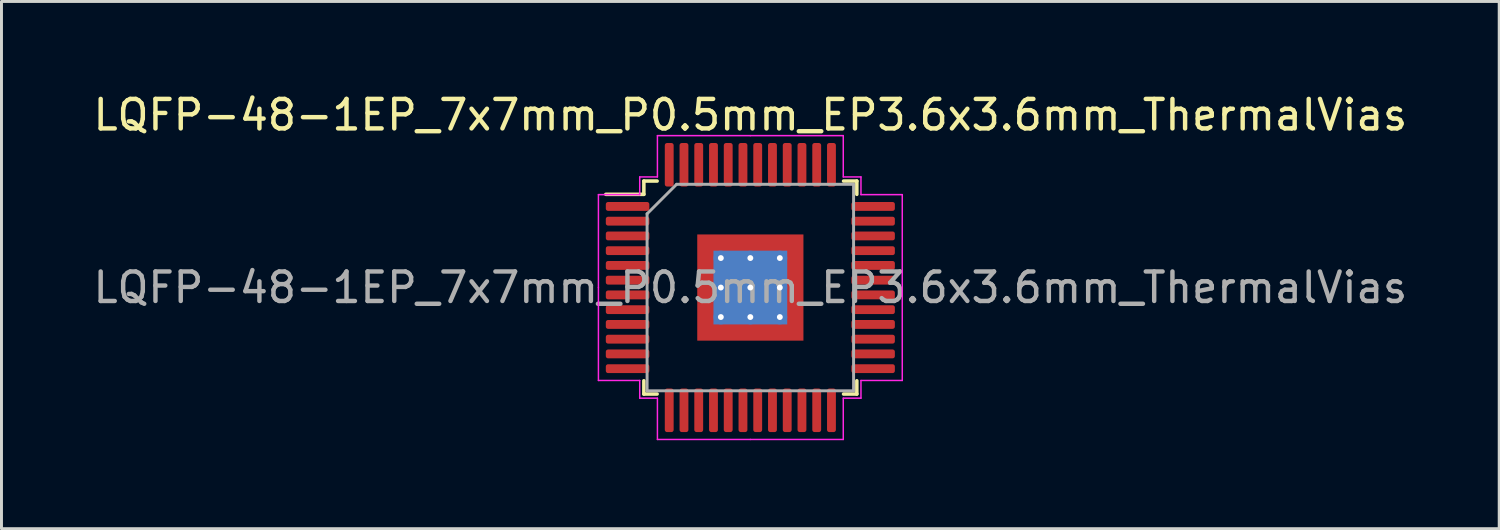
<source format=kicad_pcb>
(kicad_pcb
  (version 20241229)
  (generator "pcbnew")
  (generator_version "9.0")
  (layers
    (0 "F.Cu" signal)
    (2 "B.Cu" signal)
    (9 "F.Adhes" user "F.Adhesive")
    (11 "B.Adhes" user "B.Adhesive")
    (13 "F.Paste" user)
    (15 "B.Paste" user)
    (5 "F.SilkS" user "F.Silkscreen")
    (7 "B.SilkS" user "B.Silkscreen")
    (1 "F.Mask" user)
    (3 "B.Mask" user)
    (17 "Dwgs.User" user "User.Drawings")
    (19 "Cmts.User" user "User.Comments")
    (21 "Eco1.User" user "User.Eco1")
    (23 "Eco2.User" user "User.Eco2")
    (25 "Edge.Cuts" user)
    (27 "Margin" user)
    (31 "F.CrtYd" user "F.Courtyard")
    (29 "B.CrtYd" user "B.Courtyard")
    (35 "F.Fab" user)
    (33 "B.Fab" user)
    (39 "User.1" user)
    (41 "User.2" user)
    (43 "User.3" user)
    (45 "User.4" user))
  (footprint "LQFP-48-1EP_7x7mm_P0.5mm_EP3.6x3.6mm_ThermalVias"
    (layer "F.Cu")
    (at 22.387 6.698)
    (property "Reference" "LQFP-48-1EP_7x7mm_P0.5mm_EP3.6x3.6mm_ThermalVias" (at 0 -5.85 0) (layer "F.SilkS") (effects (font (size 1 1) (thickness 0.15))))
    (attr smd)
    (fp_line (start -3.61 -3.61) (end -3.61 -3.16) (stroke (width 0.12) (type solid)) (layer "F.SilkS"))
    (fp_line (start -3.61 -3.16) (end -4.9 -3.16) (stroke (width 0.12) (type solid)) (layer "F.SilkS"))
    (fp_line (start -3.61 3.61) (end -3.61 3.16) (stroke (width 0.12) (type solid)) (layer "F.SilkS"))
    (fp_line (start -3.16 -3.61) (end -3.61 -3.61) (stroke (width 0.12) (type solid)) (layer "F.SilkS"))
    (fp_line (start -3.16 3.61) (end -3.61 3.61) (stroke (width 0.12) (type solid)) (layer "F.SilkS"))
    (fp_line (start 3.16 -3.61) (end 3.61 -3.61) (stroke (width 0.12) (type solid)) (layer "F.SilkS"))
    (fp_line (start 3.16 3.61) (end 3.61 3.61) (stroke (width 0.12) (type solid)) (layer "F.SilkS"))
    (fp_line (start 3.61 -3.61) (end 3.61 -3.16) (stroke (width 0.12) (type solid)) (layer "F.SilkS"))
    (fp_line (start 3.61 3.61) (end 3.61 3.16) (stroke (width 0.12) (type solid)) (layer "F.SilkS"))
    (fp_line (start -5.15 -3.15) (end -5.15 0) (stroke (width 0.05) (type solid)) (layer "F.CrtYd"))
    (fp_line (start -5.15 3.15) (end -5.15 0) (stroke (width 0.05) (type solid)) (layer "F.CrtYd"))
    (fp_line (start -3.75 -3.75) (end -3.75 -3.15) (stroke (width 0.05) (type solid)) (layer "F.CrtYd"))
    (fp_line (start -3.75 -3.15) (end -5.15 -3.15) (stroke (width 0.05) (type solid)) (layer "F.CrtYd"))
    (fp_line (start -3.75 3.15) (end -5.15 3.15) (stroke (width 0.05) (type solid)) (layer "F.CrtYd"))
    (fp_line (start -3.75 3.75) (end -3.75 3.15) (stroke (width 0.05) (type solid)) (layer "F.CrtYd"))
    (fp_line (start -3.15 -5.15) (end -3.15 -3.75) (stroke (width 0.05) (type solid)) (layer "F.CrtYd"))
    (fp_line (start -3.15 -3.75) (end -3.75 -3.75) (stroke (width 0.05) (type solid)) (layer "F.CrtYd"))
    (fp_line (start -3.15 3.75) (end -3.75 3.75) (stroke (width 0.05) (type solid)) (layer "F.CrtYd"))
    (fp_line (start -3.15 5.15) (end -3.15 3.75) (stroke (width 0.05) (type solid)) (layer "F.CrtYd"))
    (fp_line (start 0 -5.15) (end -3.15 -5.15) (stroke (width 0.05) (type solid)) (layer "F.CrtYd"))
    (fp_line (start 0 -5.15) (end 3.15 -5.15) (stroke (width 0.05) (type solid)) (layer "F.CrtYd"))
    (fp_line (start 0 5.15) (end -3.15 5.15) (stroke (width 0.05) (type solid)) (layer "F.CrtYd"))
    (fp_line (start 0 5.15) (end 3.15 5.15) (stroke (width 0.05) (type solid)) (layer "F.CrtYd"))
    (fp_line (start 3.15 -5.15) (end 3.15 -3.75) (stroke (width 0.05) (type solid)) (layer "F.CrtYd"))
    (fp_line (start 3.15 -3.75) (end 3.75 -3.75) (stroke (width 0.05) (type solid)) (layer "F.CrtYd"))
    (fp_line (start 3.15 3.75) (end 3.75 3.75) (stroke (width 0.05) (type solid)) (layer "F.CrtYd"))
    (fp_line (start 3.15 5.15) (end 3.15 3.75) (stroke (width 0.05) (type solid)) (layer "F.CrtYd"))
    (fp_line (start 3.75 -3.75) (end 3.75 -3.15) (stroke (width 0.05) (type solid)) (layer "F.CrtYd"))
    (fp_line (start 3.75 -3.15) (end 5.15 -3.15) (stroke (width 0.05) (type solid)) (layer "F.CrtYd"))
    (fp_line (start 3.75 3.15) (end 5.15 3.15) (stroke (width 0.05) (type solid)) (layer "F.CrtYd"))
    (fp_line (start 3.75 3.75) (end 3.75 3.15) (stroke (width 0.05) (type solid)) (layer "F.CrtYd"))
    (fp_line (start 5.15 -3.15) (end 5.15 0) (stroke (width 0.05) (type solid)) (layer "F.CrtYd"))
    (fp_line (start 5.15 3.15) (end 5.15 0) (stroke (width 0.05) (type solid)) (layer "F.CrtYd"))
    (fp_line (start -3.5 -2.5) (end -2.5 -3.5) (stroke (width 0.1) (type solid)) (layer "F.Fab"))
    (fp_line (start -3.5 3.5) (end -3.5 -2.5) (stroke (width 0.1) (type solid)) (layer "F.Fab"))
    (fp_line (start -2.5 -3.5) (end 3.5 -3.5) (stroke (width 0.1) (type solid)) (layer "F.Fab"))
    (fp_line (start 3.5 -3.5) (end 3.5 3.5) (stroke (width 0.1) (type solid)) (layer "F.Fab"))
    (fp_line (start 3.5 3.5) (end -3.5 3.5) (stroke (width 0.1) (type solid)) (layer "F.Fab"))
    (fp_text user "${REFERENCE}" (at 0 0 0) (layer "F.Fab") (effects (font (size 1 1) (thickness 0.15))))
    (pad "" smd custom (at -1.4 -1.4) (size 0.555 0.555) (layers "F.Paste") (options (anchor circle)) (primitives (gr_poly (pts (xy 0.232 0.157) (xy 0.157 0.232) (xy -0.232 0.232) (xy -0.232 -0.232) (xy 0.232 -0.232)) (width 0.181) (fill yes))))
    (pad "" smd custom (at -1.4 -0.5) (size 0.568 0.568) (layers "F.Paste") (options (anchor circle)) (primitives (gr_poly (pts (xy 0.246 -0.263) (xy 0.246 0.263) (xy 0.182 0.326) (xy -0.246 0.326) (xy -0.246 -0.326) (xy 0.182 -0.326)) (width 0.153) (fill yes))))
    (pad "" smd custom (at -1.4 0.5) (size 0.568 0.568) (layers "F.Paste") (options (anchor circle)) (primitives (gr_poly (pts (xy 0.246 -0.263) (xy 0.246 0.263) (xy 0.182 0.326) (xy -0.246 0.326) (xy -0.246 -0.326) (xy 0.182 -0.326)) (width 0.153) (fill yes))))
    (pad "" smd custom (at -1.4 1.4) (size 0.555 0.555) (layers "F.Paste") (options (anchor circle)) (primitives (gr_poly (pts (xy 0.232 -0.157) (xy 0.232 0.232) (xy -0.232 0.232) (xy -0.232 -0.232) (xy 0.157 -0.232)) (width 0.181) (fill yes))))
    (pad "" smd custom (at -0.5 -1.4) (size 0.568 0.568) (layers "F.Paste") (options (anchor circle)) (primitives (gr_poly (pts (xy 0.326 0.182) (xy 0.263 0.246) (xy -0.263 0.246) (xy -0.326 0.182) (xy -0.326 -0.246) (xy 0.326 -0.246)) (width 0.153) (fill yes))))
    (pad "" smd roundrect (at -0.5 -0.5) (size 0.806 0.806) (layers "F.Paste") (roundrect_rratio 0.25))
    (pad "" smd roundrect (at -0.5 0.5) (size 0.806 0.806) (layers "F.Paste") (roundrect_rratio 0.25))
    (pad "" smd custom (at -0.5 1.4) (size 0.568 0.568) (layers "F.Paste") (options (anchor circle)) (primitives (gr_poly (pts (xy 0.326 -0.182) (xy 0.326 0.246) (xy -0.326 0.246) (xy -0.326 -0.182) (xy -0.263 -0.246) (xy 0.263 -0.246)) (width 0.153) (fill yes))))
    (pad "" smd custom (at 0.5 -1.4) (size 0.568 0.568) (layers "F.Paste") (options (anchor circle)) (primitives (gr_poly (pts (xy 0.326 0.182) (xy 0.263 0.246) (xy -0.263 0.246) (xy -0.326 0.182) (xy -0.326 -0.246) (xy 0.326 -0.246)) (width 0.153) (fill yes))))
    (pad "" smd roundrect (at 0.5 -0.5) (size 0.806 0.806) (layers "F.Paste") (roundrect_rratio 0.25))
    (pad "" smd roundrect (at 0.5 0.5) (size 0.806 0.806) (layers "F.Paste") (roundrect_rratio 0.25))
    (pad "" smd custom (at 0.5 1.4) (size 0.568 0.568) (layers "F.Paste") (options (anchor circle)) (primitives (gr_poly (pts (xy 0.326 -0.182) (xy 0.326 0.246) (xy -0.326 0.246) (xy -0.326 -0.182) (xy -0.263 -0.246) (xy 0.263 -0.246)) (width 0.153) (fill yes))))
    (pad "" smd custom (at 1.4 -1.4) (size 0.555 0.555) (layers "F.Paste") (options (anchor circle)) (primitives (gr_poly (pts (xy 0.232 0.232) (xy -0.157 0.232) (xy -0.232 0.157) (xy -0.232 -0.232) (xy 0.232 -0.232)) (width 0.181) (fill yes))))
    (pad "" smd custom (at 1.4 -0.5) (size 0.568 0.568) (layers "F.Paste") (options (anchor circle)) (primitives (gr_poly (pts (xy 0.246 0.326) (xy -0.182 0.326) (xy -0.246 0.263) (xy -0.246 -0.263) (xy -0.182 -0.326) (xy 0.246 -0.326)) (width 0.153) (fill yes))))
    (pad "" smd custom (at 1.4 0.5) (size 0.568 0.568) (layers "F.Paste") (options (anchor circle)) (primitives (gr_poly (pts (xy 0.246 0.326) (xy -0.182 0.326) (xy -0.246 0.263) (xy -0.246 -0.263) (xy -0.182 -0.326) (xy 0.246 -0.326)) (width 0.153) (fill yes))))
    (pad "" smd custom (at 1.4 1.4) (size 0.555 0.555) (layers "F.Paste") (options (anchor circle)) (primitives (gr_poly (pts (xy 0.232 0.232) (xy -0.232 0.232) (xy -0.232 -0.157) (xy -0.157 -0.232) (xy 0.232 -0.232)) (width 0.181) (fill yes))))
    (pad "1" smd roundrect (at -4.162 -2.75) (size 1.475 0.3) (layers "F.Cu" "F.Mask" "F.Paste") (roundrect_rratio 0.25))
    (pad "2" smd roundrect (at -4.162 -2.25) (size 1.475 0.3) (layers "F.Cu" "F.Mask" "F.Paste") (roundrect_rratio 0.25))
    (pad "3" smd roundrect (at -4.162 -1.75) (size 1.475 0.3) (layers "F.Cu" "F.Mask" "F.Paste") (roundrect_rratio 0.25))
    (pad "4" smd roundrect (at -4.162 -1.25) (size 1.475 0.3) (layers "F.Cu" "F.Mask" "F.Paste") (roundrect_rratio 0.25))
    (pad "5" smd roundrect (at -4.162 -0.75) (size 1.475 0.3) (layers "F.Cu" "F.Mask" "F.Paste") (roundrect_rratio 0.25))
    (pad "6" smd roundrect (at -4.162 -0.25) (size 1.475 0.3) (layers "F.Cu" "F.Mask" "F.Paste") (roundrect_rratio 0.25))
    (pad "7" smd roundrect (at -4.162 0.25) (size 1.475 0.3) (layers "F.Cu" "F.Mask" "F.Paste") (roundrect_rratio 0.25))
    (pad "8" smd roundrect (at -4.162 0.75) (size 1.475 0.3) (layers "F.Cu" "F.Mask" "F.Paste") (roundrect_rratio 0.25))
    (pad "9" smd roundrect (at -4.162 1.25) (size 1.475 0.3) (layers "F.Cu" "F.Mask" "F.Paste") (roundrect_rratio 0.25))
    (pad "10" smd roundrect (at -4.162 1.75) (size 1.475 0.3) (layers "F.Cu" "F.Mask" "F.Paste") (roundrect_rratio 0.25))
    (pad "11" smd roundrect (at -4.162 2.25) (size 1.475 0.3) (layers "F.Cu" "F.Mask" "F.Paste") (roundrect_rratio 0.25))
    (pad "12" smd roundrect (at -4.162 2.75) (size 1.475 0.3) (layers "F.Cu" "F.Mask" "F.Paste") (roundrect_rratio 0.25))
    (pad "13" smd roundrect (at -2.75 4.162) (size 0.3 1.475) (layers "F.Cu" "F.Mask" "F.Paste") (roundrect_rratio 0.25))
    (pad "14" smd roundrect (at -2.25 4.162) (size 0.3 1.475) (layers "F.Cu" "F.Mask" "F.Paste") (roundrect_rratio 0.25))
    (pad "15" smd roundrect (at -1.75 4.162) (size 0.3 1.475) (layers "F.Cu" "F.Mask" "F.Paste") (roundrect_rratio 0.25))
    (pad "16" smd roundrect (at -1.25 4.162) (size 0.3 1.475) (layers "F.Cu" "F.Mask" "F.Paste") (roundrect_rratio 0.25))
    (pad "17" smd roundrect (at -0.75 4.162) (size 0.3 1.475) (layers "F.Cu" "F.Mask" "F.Paste") (roundrect_rratio 0.25))
    (pad "18" smd roundrect (at -0.25 4.162) (size 0.3 1.475) (layers "F.Cu" "F.Mask" "F.Paste") (roundrect_rratio 0.25))
    (pad "19" smd roundrect (at 0.25 4.162) (size 0.3 1.475) (layers "F.Cu" "F.Mask" "F.Paste") (roundrect_rratio 0.25))
    (pad "20" smd roundrect (at 0.75 4.162) (size 0.3 1.475) (layers "F.Cu" "F.Mask" "F.Paste") (roundrect_rratio 0.25))
    (pad "21" smd roundrect (at 1.25 4.162) (size 0.3 1.475) (layers "F.Cu" "F.Mask" "F.Paste") (roundrect_rratio 0.25))
    (pad "22" smd roundrect (at 1.75 4.162) (size 0.3 1.475) (layers "F.Cu" "F.Mask" "F.Paste") (roundrect_rratio 0.25))
    (pad "23" smd roundrect (at 2.25 4.162) (size 0.3 1.475) (layers "F.Cu" "F.Mask" "F.Paste") (roundrect_rratio 0.25))
    (pad "24" smd roundrect (at 2.75 4.162) (size 0.3 1.475) (layers "F.Cu" "F.Mask" "F.Paste") (roundrect_rratio 0.25))
    (pad "25" smd roundrect (at 4.162 2.75) (size 1.475 0.3) (layers "F.Cu" "F.Mask" "F.Paste") (roundrect_rratio 0.25))
    (pad "26" smd roundrect (at 4.162 2.25) (size 1.475 0.3) (layers "F.Cu" "F.Mask" "F.Paste") (roundrect_rratio 0.25))
    (pad "27" smd roundrect (at 4.162 1.75) (size 1.475 0.3) (layers "F.Cu" "F.Mask" "F.Paste") (roundrect_rratio 0.25))
    (pad "28" smd roundrect (at 4.162 1.25) (size 1.475 0.3) (layers "F.Cu" "F.Mask" "F.Paste") (roundrect_rratio 0.25))
    (pad "29" smd roundrect (at 4.162 0.75) (size 1.475 0.3) (layers "F.Cu" "F.Mask" "F.Paste") (roundrect_rratio 0.25))
    (pad "30" smd roundrect (at 4.162 0.25) (size 1.475 0.3) (layers "F.Cu" "F.Mask" "F.Paste") (roundrect_rratio 0.25))
    (pad "31" smd roundrect (at 4.162 -0.25) (size 1.475 0.3) (layers "F.Cu" "F.Mask" "F.Paste") (roundrect_rratio 0.25))
    (pad "32" smd roundrect (at 4.162 -0.75) (size 1.475 0.3) (layers "F.Cu" "F.Mask" "F.Paste") (roundrect_rratio 0.25))
    (pad "33" smd roundrect (at 4.162 -1.25) (size 1.475 0.3) (layers "F.Cu" "F.Mask" "F.Paste") (roundrect_rratio 0.25))
    (pad "34" smd roundrect (at 4.162 -1.75) (size 1.475 0.3) (layers "F.Cu" "F.Mask" "F.Paste") (roundrect_rratio 0.25))
    (pad "35" smd roundrect (at 4.162 -2.25) (size 1.475 0.3) (layers "F.Cu" "F.Mask" "F.Paste") (roundrect_rratio 0.25))
    (pad "36" smd roundrect (at 4.162 -2.75) (size 1.475 0.3) (layers "F.Cu" "F.Mask" "F.Paste") (roundrect_rratio 0.25))
    (pad "37" smd roundrect (at 2.75 -4.162) (size 0.3 1.475) (layers "F.Cu" "F.Mask" "F.Paste") (roundrect_rratio 0.25))
    (pad "38" smd roundrect (at 2.25 -4.162) (size 0.3 1.475) (layers "F.Cu" "F.Mask" "F.Paste") (roundrect_rratio 0.25))
    (pad "39" smd roundrect (at 1.75 -4.162) (size 0.3 1.475) (layers "F.Cu" "F.Mask" "F.Paste") (roundrect_rratio 0.25))
    (pad "40" smd roundrect (at 1.25 -4.162) (size 0.3 1.475) (layers "F.Cu" "F.Mask" "F.Paste") (roundrect_rratio 0.25))
    (pad "41" smd roundrect (at 0.75 -4.162) (size 0.3 1.475) (layers "F.Cu" "F.Mask" "F.Paste") (roundrect_rratio 0.25))
    (pad "42" smd roundrect (at 0.25 -4.162) (size 0.3 1.475) (layers "F.Cu" "F.Mask" "F.Paste") (roundrect_rratio 0.25))
    (pad "43" smd roundrect (at -0.25 -4.162) (size 0.3 1.475) (layers "F.Cu" "F.Mask" "F.Paste") (roundrect_rratio 0.25))
    (pad "44" smd roundrect (at -0.75 -4.162) (size 0.3 1.475) (layers "F.Cu" "F.Mask" "F.Paste") (roundrect_rratio 0.25))
    (pad "45" smd roundrect (at -1.25 -4.162) (size 0.3 1.475) (layers "F.Cu" "F.Mask" "F.Paste") (roundrect_rratio 0.25))
    (pad "46" smd roundrect (at -1.75 -4.162) (size 0.3 1.475) (layers "F.Cu" "F.Mask" "F.Paste") (roundrect_rratio 0.25))
    (pad "47" smd roundrect (at -2.25 -4.162) (size 0.3 1.475) (layers "F.Cu" "F.Mask" "F.Paste") (roundrect_rratio 0.25))
    (pad "48" smd roundrect (at -2.75 -4.162) (size 0.3 1.475) (layers "F.Cu" "F.Mask" "F.Paste") (roundrect_rratio 0.25))
    (pad "49" thru_hole circle (at -1 -1) (size 0.5 0.5) (drill 0.2) (layers "*.Cu"))
    (pad "49" thru_hole circle (at -1 0) (size 0.5 0.5) (drill 0.2) (layers "*.Cu"))
    (pad "49" thru_hole circle (at -1 1) (size 0.5 0.5) (drill 0.2) (layers "*.Cu"))
    (pad "49" thru_hole circle (at 0 -1) (size 0.5 0.5) (drill 0.2) (layers "*.Cu"))
    (pad "49" thru_hole circle (at 0 0) (size 0.5 0.5) (drill 0.2) (layers "*.Cu"))
    (pad "49" smd rect (at 0 0) (size 2.5 2.5) (layers "B.Cu"))
    (pad "49" smd rect (at 0 0) (size 3.6 3.6) (layers "F.Cu" "F.Mask"))
    (pad "49" thru_hole circle (at 0 1) (size 0.5 0.5) (drill 0.2) (layers "*.Cu"))
    (pad "49" thru_hole circle (at 1 -1) (size 0.5 0.5) (drill 0.2) (layers "*.Cu"))
    (pad "49" thru_hole circle (at 1 0) (size 0.5 0.5) (drill 0.2) (layers "*.Cu"))
    (pad "49" thru_hole circle (at 1 1) (size 0.5 0.5) (drill 0.2) (layers "*.Cu")))
  (gr_rect
    (start -3 -3)
    (end 47.774 14.873)
    (stroke (width 0.1) (type default))
    (fill no)
    (layer "Edge.Cuts")))
</source>
